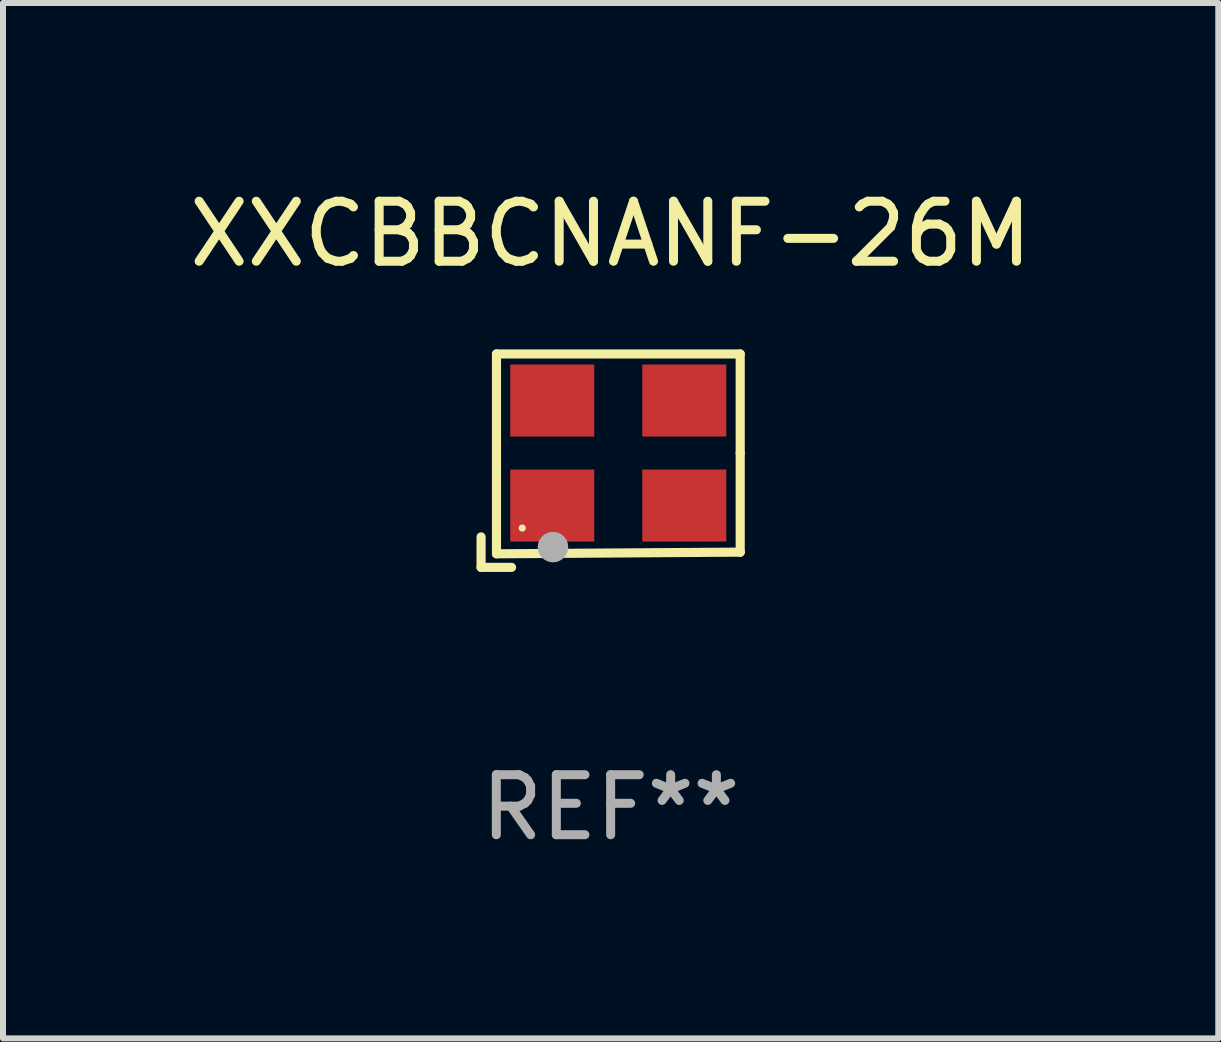
<source format=kicad_pcb>
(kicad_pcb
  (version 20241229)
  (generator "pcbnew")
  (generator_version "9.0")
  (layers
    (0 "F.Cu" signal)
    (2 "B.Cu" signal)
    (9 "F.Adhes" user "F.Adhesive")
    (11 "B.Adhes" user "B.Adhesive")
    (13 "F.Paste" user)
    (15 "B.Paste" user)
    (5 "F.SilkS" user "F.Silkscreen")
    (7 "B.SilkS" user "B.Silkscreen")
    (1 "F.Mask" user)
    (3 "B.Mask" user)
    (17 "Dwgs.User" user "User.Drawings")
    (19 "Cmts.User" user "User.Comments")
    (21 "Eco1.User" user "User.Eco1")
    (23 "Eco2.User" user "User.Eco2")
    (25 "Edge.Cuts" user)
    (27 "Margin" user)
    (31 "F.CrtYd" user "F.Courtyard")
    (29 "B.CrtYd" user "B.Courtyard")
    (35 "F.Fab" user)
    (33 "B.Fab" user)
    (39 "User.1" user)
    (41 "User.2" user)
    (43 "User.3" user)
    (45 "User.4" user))
  (footprint "XXCBBCNANF-26M"
    (layer "F.Cu")
    (at 7.125 4.626)
    (property "Reference" "XXCBBCNANF-26M" (at 0 -3.778 0) (layer "F.SilkS") (effects (font (size 1 1) (thickness 0.15))))
    (attr through_hole)
    (fp_line (start -2.159 1.27) (end -2.159 1.778) (stroke (width 0.152) (type solid)) (layer "F.SilkS"))
    (fp_line (start -2.159 1.778) (end -1.651 1.778) (stroke (width 0.152) (type solid)) (layer "F.SilkS"))
    (fp_line (start -1.902 -1.778) (end 2.159 -1.778) (stroke (width 0.152) (type solid)) (layer "F.SilkS"))
    (fp_line (start -1.902 1.552) (end -1.902 -1.778) (stroke (width 0.152) (type solid)) (layer "F.SilkS"))
    (fp_line (start 2.159 -1.778) (end 2.159 -0.127) (stroke (width 0.152) (type solid)) (layer "F.SilkS"))
    (fp_line (start 2.159 -0.127) (end 2.159 1.524) (stroke (width 0.152) (type solid)) (layer "F.SilkS"))
    (fp_line (start 2.159 1.524) (end -1.902 1.552) (stroke (width 0.152) (type solid)) (layer "F.SilkS"))
    (fp_line (start 2.159 1.524) (end 2.159 1.524) (stroke (width 0.152) (type solid)) (layer "F.SilkS"))
    (fp_circle (center -1.473 1.123) (end -1.443 1.123) (stroke (width 0.06) (type solid)) (fill no) (layer "F.SilkS"))
    (fp_circle (center -0.961 1.44) (end -0.834 1.44) (stroke (width 0.254) (type solid)) (fill no) (layer "F.Fab"))
    (fp_text user "REF**" (at 0 5.778 0) (layer "F.Fab") (effects (font (size 1 1) (thickness 0.15))))
    (pad "1" smd rect (at -0.973 0.748) (size 1.4 1.2) (layers "F.Cu" "F.Mask" "F.Paste"))
    (pad "2" smd rect (at 1.227 0.748) (size 1.4 1.2) (layers "F.Cu" "F.Mask" "F.Paste"))
    (pad "3" smd rect (at 1.227 -1.002) (size 1.4 1.2) (layers "F.Cu" "F.Mask" "F.Paste"))
    (pad "4" smd rect (at -0.973 -1.002) (size 1.4 1.2) (layers "F.Cu" "F.Mask" "F.Paste")))
  (gr_rect
    (start -3 -3)
    (end 17.25 14.253)
    (stroke (width 0.1) (type default))
    (fill no)
    (layer "Edge.Cuts")))
</source>
